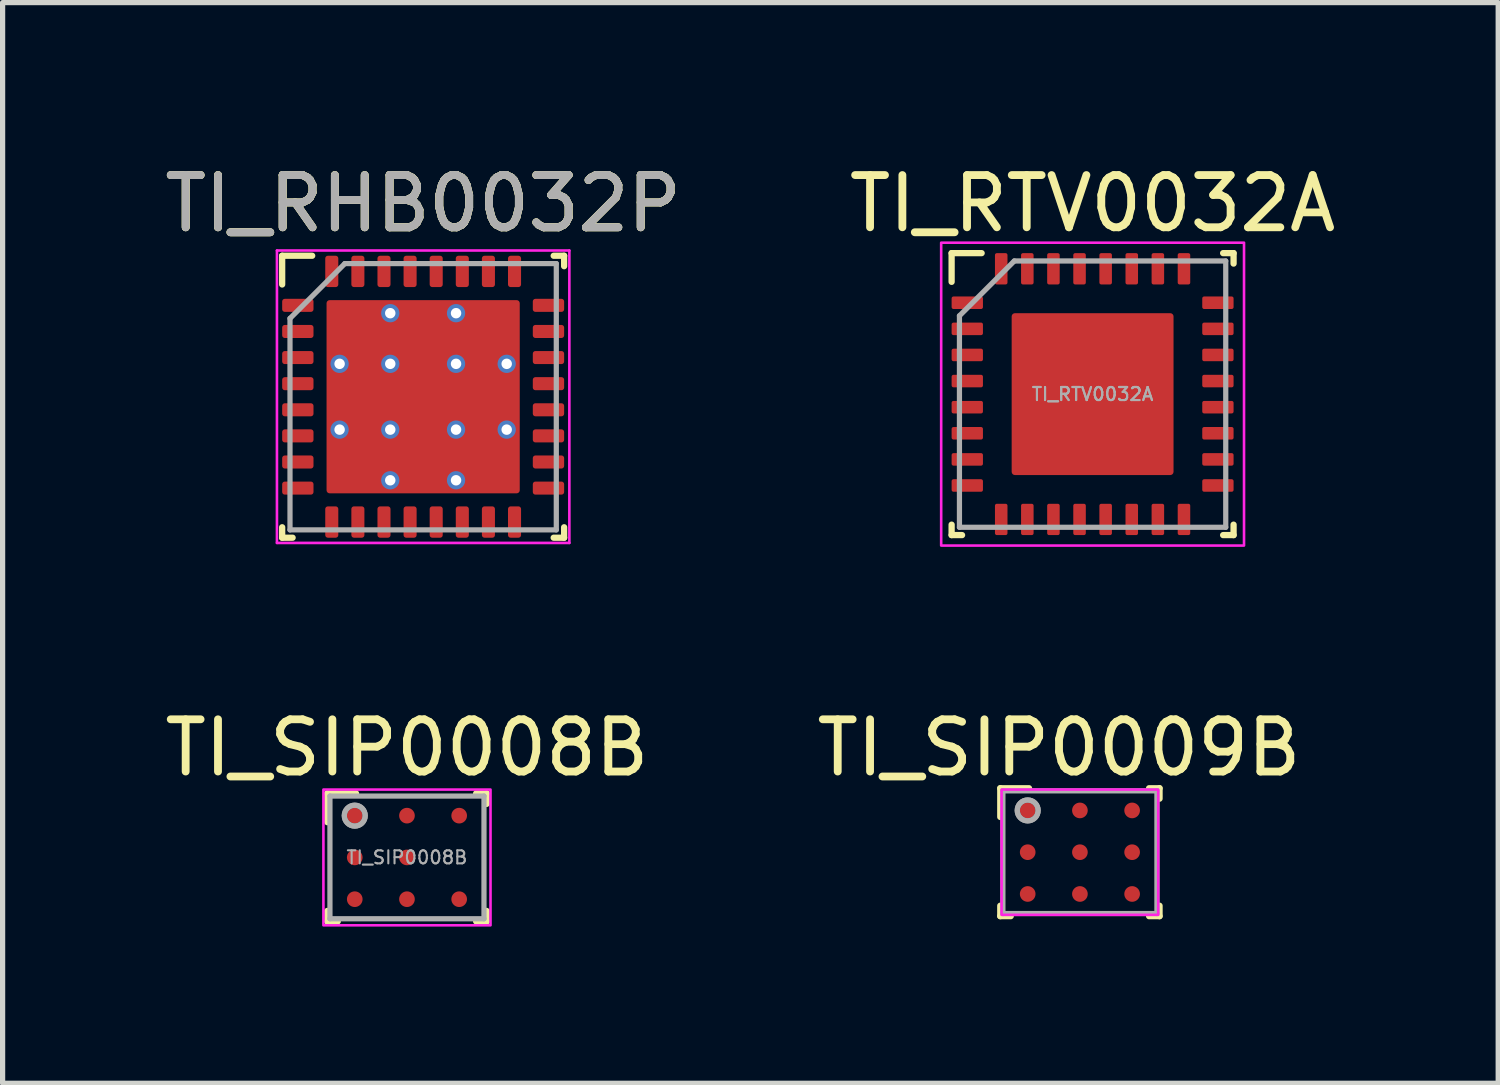
<source format=kicad_pcb>
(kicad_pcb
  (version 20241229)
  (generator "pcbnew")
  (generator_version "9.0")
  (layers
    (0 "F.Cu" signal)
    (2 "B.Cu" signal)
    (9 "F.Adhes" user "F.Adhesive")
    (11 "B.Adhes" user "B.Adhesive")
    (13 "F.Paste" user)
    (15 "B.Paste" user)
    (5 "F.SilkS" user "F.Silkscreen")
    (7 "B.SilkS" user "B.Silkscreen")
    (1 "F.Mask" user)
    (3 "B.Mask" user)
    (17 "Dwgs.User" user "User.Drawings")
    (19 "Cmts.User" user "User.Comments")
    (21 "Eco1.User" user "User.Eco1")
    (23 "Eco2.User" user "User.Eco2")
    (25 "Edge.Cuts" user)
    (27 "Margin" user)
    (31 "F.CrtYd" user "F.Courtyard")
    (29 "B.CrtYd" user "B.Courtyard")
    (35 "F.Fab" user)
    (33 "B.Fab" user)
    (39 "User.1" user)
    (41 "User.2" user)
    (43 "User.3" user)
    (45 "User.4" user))
  (footprint "TI_SIP0008B"
    (layer "F.Cu")
    (at 4.744 13.371)
    (property "Reference" "TI_SIP0008B" (at 0 -2.1 0) (layer "F.SilkS") (effects (font (size 1 1) (thickness 0.15))))
    (attr smd)
    (fp_line (start -1.525 -1.225) (end -0.975 -1.225) (stroke (width 0.12) (type solid)) (layer "F.SilkS"))
    (fp_line (start -1.525 -0.675) (end -1.525 -1.225) (stroke (width 0.12) (type solid)) (layer "F.SilkS"))
    (fp_line (start -1.525 1.225) (end -1.525 1.025) (stroke (width 0.12) (type solid)) (layer "F.SilkS"))
    (fp_line (start -1.525 1.225) (end -1.325 1.225) (stroke (width 0.12) (type solid)) (layer "F.SilkS"))
    (fp_line (start 1.325 -1.225) (end 1.525 -1.225) (stroke (width 0.12) (type solid)) (layer "F.SilkS"))
    (fp_line (start 1.325 1.225) (end 1.525 1.225) (stroke (width 0.12) (type solid)) (layer "F.SilkS"))
    (fp_line (start 1.525 -1.025) (end 1.525 -1.225) (stroke (width 0.12) (type solid)) (layer "F.SilkS"))
    (fp_line (start 1.525 1.225) (end 1.525 1.025) (stroke (width 0.12) (type solid)) (layer "F.SilkS"))
    (fp_rect (start -1.6 -1.3) (end 1.6 1.3) (stroke (width 0.05) (type solid)) (fill no) (layer "F.CrtYd"))
    (fp_line (start -1.475 -1.175) (end 1.475 -1.175) (stroke (width 0.1) (type solid)) (layer "F.Fab"))
    (fp_line (start -1.475 1.175) (end -1.475 -1.175) (stroke (width 0.1) (type solid)) (layer "F.Fab"))
    (fp_line (start -1.475 1.175) (end 1.475 1.175) (stroke (width 0.1) (type solid)) (layer "F.Fab"))
    (fp_line (start 1.475 1.175) (end 1.475 -1.175) (stroke (width 0.1) (type solid)) (layer "F.Fab"))
    (fp_circle (center -1 -0.8) (end -0.8 -0.8) (stroke (width 0.1) (type solid)) (fill no) (layer "F.Fab"))
    (fp_circle (center -1 -0.8) (end -0.8 -0.8) (stroke (width 0.1) (type solid)) (fill no) (layer "F.Fab"))
    (fp_text user "${REFERENCE}" (at 0 0 0) (unlocked yes) (layer "F.Fab") (effects (font (size 0.25 0.25) (thickness 0.04))))
    (pad "A1" smd circle (at -1 -0.8) (size 0.3 0.3) (layers "F.Cu" "F.Mask" "F.Paste"))
    (pad "A2" smd circle (at 0 -0.8) (size 0.3 0.3) (layers "F.Cu" "F.Mask" "F.Paste"))
    (pad "A3" smd circle (at 1 -0.8) (size 0.3 0.3) (layers "F.Cu" "F.Mask" "F.Paste"))
    (pad "B1" smd circle (at -1 0) (size 0.3 0.3) (layers "F.Cu" "F.Mask" "F.Paste"))
    (pad "B2" smd circle (at 0 0) (size 0.3 0.3) (layers "F.Cu" "F.Mask" "F.Paste"))
    (pad "C1" smd circle (at -1 0.8) (size 0.3 0.3) (layers "F.Cu" "F.Mask" "F.Paste"))
    (pad "C2" smd circle (at 0 0.8) (size 0.3 0.3) (layers "F.Cu" "F.Mask" "F.Paste"))
    (pad "C3" smd circle (at 1 0.8) (size 0.3 0.3) (layers "F.Cu" "F.Mask" "F.Paste")))
  (footprint "TI_RTV0032A"
    (layer "F.Cu")
    (at 17.875 4.498)
    (property "Reference" "TI_RTV0032A" (at 0 -3.65 0) (layer "F.SilkS") (effects (font (size 1 1) (thickness 0.15))))
    (attr smd)
    (fp_line (start -2.7 -2.7) (end -2.125 -2.7) (stroke (width 0.12) (type solid)) (layer "F.SilkS"))
    (fp_line (start -2.7 -2.15) (end -2.7 -2.7) (stroke (width 0.12) (type solid)) (layer "F.SilkS"))
    (fp_line (start -2.7 2.7) (end -2.7 2.5) (stroke (width 0.12) (type solid)) (layer "F.SilkS"))
    (fp_line (start -2.7 2.7) (end -2.5 2.7) (stroke (width 0.12) (type solid)) (layer "F.SilkS"))
    (fp_line (start 2.5 -2.7) (end 2.7 -2.7) (stroke (width 0.12) (type solid)) (layer "F.SilkS"))
    (fp_line (start 2.5 2.7) (end 2.7 2.7) (stroke (width 0.12) (type solid)) (layer "F.SilkS"))
    (fp_line (start 2.7 -2.5) (end 2.7 -2.7) (stroke (width 0.12) (type solid)) (layer "F.SilkS"))
    (fp_line (start 2.7 2.7) (end 2.7 2.5) (stroke (width 0.12) (type solid)) (layer "F.SilkS"))
    (fp_poly (pts (xy -0.1 -1.4) (xy -1.4 -1.4) (xy -1.4 -0.1) (xy -0.1 -0.1)) (stroke (width 0.1) (type solid)) (fill yes) (layer "F.Paste"))
    (fp_poly (pts (xy -0.1 0.1) (xy -1.4 0.1) (xy -1.4 1.4) (xy -0.1 1.4)) (stroke (width 0.1) (type solid)) (fill yes) (layer "F.Paste"))
    (fp_poly (pts (xy 0.1 -0.1) (xy 1.4 -0.1) (xy 1.4 -1.4) (xy 0.1 -1.4)) (stroke (width 0.1) (type solid)) (fill yes) (layer "F.Paste"))
    (fp_poly (pts (xy 0.1 1.4) (xy 1.4 1.4) (xy 1.4 0.1) (xy 0.1 0.1)) (stroke (width 0.1) (type solid)) (fill yes) (layer "F.Paste"))
    (fp_rect (start -2.9 -2.9) (end 2.9 2.9) (stroke (width 0.05) (type solid)) (fill no) (layer "F.CrtYd"))
    (fp_line (start -2.55 -1.5) (end -1.5 -2.55) (stroke (width 0.1) (type solid)) (layer "F.Fab"))
    (fp_line (start -2.55 2.55) (end -2.55 -1.5) (stroke (width 0.1) (type solid)) (layer "F.Fab"))
    (fp_line (start -2.55 2.55) (end 2.55 2.55) (stroke (width 0.1) (type solid)) (layer "F.Fab"))
    (fp_line (start -1.5 -2.55) (end 2.55 -2.55) (stroke (width 0.1) (type solid)) (layer "F.Fab"))
    (fp_line (start 2.55 2.55) (end 2.55 -2.55) (stroke (width 0.1) (type solid)) (layer "F.Fab"))
    (fp_text user "${REFERENCE}" (at 0 0 0) (unlocked yes) (layer "F.Fab") (effects (font (size 0.25 0.25) (thickness 0.04))))
    (fp_text user "${REFERENCE}" (at 0 0 0) (unlocked yes) (layer "F.Fab") (effects (font (size 0.25 0.25) (thickness 0.04))))
    (pad "1" smd roundrect (at -2.4 -1.75 90) (size 0.24 0.6) (layers "F.Cu" "F.Mask" "F.Paste") (roundrect_rratio 0.15))
    (pad "2" smd roundrect (at -2.4 -1.25 90) (size 0.24 0.6) (layers "F.Cu" "F.Mask" "F.Paste") (roundrect_rratio 0.15))
    (pad "3" smd roundrect (at -2.4 -0.75 90) (size 0.24 0.6) (layers "F.Cu" "F.Mask" "F.Paste") (roundrect_rratio 0.15))
    (pad "4" smd roundrect (at -2.4 -0.25 90) (size 0.24 0.6) (layers "F.Cu" "F.Mask" "F.Paste") (roundrect_rratio 0.15))
    (pad "5" smd roundrect (at -2.4 0.25 90) (size 0.24 0.6) (layers "F.Cu" "F.Mask" "F.Paste") (roundrect_rratio 0.15))
    (pad "6" smd roundrect (at -2.4 0.75 90) (size 0.24 0.6) (layers "F.Cu" "F.Mask" "F.Paste") (roundrect_rratio 0.15))
    (pad "7" smd roundrect (at -2.4 1.25 90) (size 0.24 0.6) (layers "F.Cu" "F.Mask" "F.Paste") (roundrect_rratio 0.15))
    (pad "8" smd roundrect (at -2.4 1.75 90) (size 0.24 0.6) (layers "F.Cu" "F.Mask" "F.Paste") (roundrect_rratio 0.15))
    (pad "9" smd roundrect (at -1.75 2.4 180) (size 0.24 0.6) (layers "F.Cu" "F.Mask" "F.Paste") (roundrect_rratio 0.15))
    (pad "10" smd roundrect (at -1.25 2.4 180) (size 0.24 0.6) (layers "F.Cu" "F.Mask" "F.Paste") (roundrect_rratio 0.15))
    (pad "11" smd roundrect (at -0.75 2.4 180) (size 0.24 0.6) (layers "F.Cu" "F.Mask" "F.Paste") (roundrect_rratio 0.15))
    (pad "12" smd roundrect (at -0.25 2.4 180) (size 0.24 0.6) (layers "F.Cu" "F.Mask" "F.Paste") (roundrect_rratio 0.15))
    (pad "13" smd roundrect (at 0.25 2.4 180) (size 0.24 0.6) (layers "F.Cu" "F.Mask" "F.Paste") (roundrect_rratio 0.15))
    (pad "14" smd roundrect (at 0.75 2.4 180) (size 0.24 0.6) (layers "F.Cu" "F.Mask" "F.Paste") (roundrect_rratio 0.15))
    (pad "15" smd roundrect (at 1.25 2.4) (size 0.24 0.6) (layers "F.Cu" "F.Mask" "F.Paste") (roundrect_rratio 0.15))
    (pad "16" smd roundrect (at 1.75 2.4 180) (size 0.24 0.6) (layers "F.Cu" "F.Mask" "F.Paste") (roundrect_rratio 0.15))
    (pad "17" smd roundrect (at 2.4 1.75 90) (size 0.24 0.6) (layers "F.Cu" "F.Mask" "F.Paste") (roundrect_rratio 0.15))
    (pad "18" smd roundrect (at 2.4 1.25 90) (size 0.24 0.6) (layers "F.Cu" "F.Mask" "F.Paste") (roundrect_rratio 0.15))
    (pad "19" smd roundrect (at 2.4 0.75 90) (size 0.24 0.6) (layers "F.Cu" "F.Mask" "F.Paste") (roundrect_rratio 0.15))
    (pad "20" smd roundrect (at 2.4 0.25 90) (size 0.24 0.6) (layers "F.Cu" "F.Mask" "F.Paste") (roundrect_rratio 0.15))
    (pad "21" smd roundrect (at 2.4 -0.25 90) (size 0.24 0.6) (layers "F.Cu" "F.Mask" "F.Paste") (roundrect_rratio 0.15))
    (pad "22" smd roundrect (at 2.4 -0.75 90) (size 0.24 0.6) (layers "F.Cu" "F.Mask" "F.Paste") (roundrect_rratio 0.15))
    (pad "23" smd roundrect (at 2.4 -1.25 90) (size 0.24 0.6) (layers "F.Cu" "F.Mask" "F.Paste") (roundrect_rratio 0.15))
    (pad "24" smd roundrect (at 2.4 -1.75 90) (size 0.24 0.6) (layers "F.Cu" "F.Mask" "F.Paste") (roundrect_rratio 0.15))
    (pad "25" smd roundrect (at 1.75 -2.4 180) (size 0.24 0.6) (layers "F.Cu" "F.Mask" "F.Paste") (roundrect_rratio 0.15))
    (pad "26" smd roundrect (at 1.25 -2.4 180) (size 0.24 0.6) (layers "F.Cu" "F.Mask" "F.Paste") (roundrect_rratio 0.15))
    (pad "27" smd roundrect (at 0.75 -2.4 180) (size 0.24 0.6) (layers "F.Cu" "F.Mask" "F.Paste") (roundrect_rratio 0.15))
    (pad "28" smd roundrect (at 0.25 -2.4 180) (size 0.24 0.6) (layers "F.Cu" "F.Mask" "F.Paste") (roundrect_rratio 0.15))
    (pad "29" smd roundrect (at -0.25 -2.4 180) (size 0.24 0.6) (layers "F.Cu" "F.Mask" "F.Paste") (roundrect_rratio 0.15))
    (pad "30" smd roundrect (at -0.75 -2.4 180) (size 0.24 0.6) (layers "F.Cu" "F.Mask" "F.Paste") (roundrect_rratio 0.15))
    (pad "31" smd roundrect (at -1.25 -2.4 180) (size 0.24 0.6) (layers "F.Cu" "F.Mask" "F.Paste") (roundrect_rratio 0.15))
    (pad "32" smd roundrect (at -1.75 -2.4 180) (size 0.24 0.6) (layers "F.Cu" "F.Mask" "F.Paste") (roundrect_rratio 0.15))
    (pad "33" smd roundrect (at 0 0) (size 3.1 3.1) (layers "F.Cu" "F.Mask") (roundrect_rratio 0.02)))
  (footprint "TI_RHB0032P"
    (layer "F.Cu")
    (at 5.054 4.548)
    (property "Reference" "TI_RHB0032P" (at 0 -3.7 0) (unlocked yes) (layer "F.SilkS") (effects (font (size 1 1) (thickness 0.15))))
    (attr smd)
    (fp_line (start -2.7 -2.7) (end -2.125 -2.7) (stroke (width 0.12) (type solid)) (layer "F.SilkS"))
    (fp_line (start -2.7 -2.15) (end -2.7 -2.7) (stroke (width 0.12) (type solid)) (layer "F.SilkS"))
    (fp_line (start -2.7 2.7) (end -2.7 2.5) (stroke (width 0.12) (type solid)) (layer "F.SilkS"))
    (fp_line (start -2.7 2.7) (end -2.5 2.7) (stroke (width 0.12) (type solid)) (layer "F.SilkS"))
    (fp_line (start 2.5 -2.7) (end 2.7 -2.7) (stroke (width 0.12) (type solid)) (layer "F.SilkS"))
    (fp_line (start 2.5 2.7) (end 2.7 2.7) (stroke (width 0.12) (type solid)) (layer "F.SilkS"))
    (fp_line (start 2.7 -2.5) (end 2.7 -2.7) (stroke (width 0.12) (type solid)) (layer "F.SilkS"))
    (fp_line (start 2.7 2.7) (end 2.7 2.5) (stroke (width 0.12) (type solid)) (layer "F.SilkS"))
    (fp_rect (start -1.79 -1.79) (end -0.73 -0.73) (stroke (width 0) (type solid)) (fill yes) (layer "F.Paste"))
    (fp_rect (start -1.79 -0.53) (end -0.73 0.53) (stroke (width 0) (type solid)) (fill yes) (layer "F.Paste"))
    (fp_rect (start -1.79 0.73) (end -0.73 1.79) (stroke (width 0) (type solid)) (fill yes) (layer "F.Paste"))
    (fp_rect (start -0.53 -1.79) (end 0.53 -0.73) (stroke (width 0) (type solid)) (fill yes) (layer "F.Paste"))
    (fp_rect (start -0.53 -0.53) (end 0.53 0.53) (stroke (width 0) (type solid)) (fill yes) (layer "F.Paste"))
    (fp_rect (start -0.53 0.73) (end 0.53 1.79) (stroke (width 0) (type solid)) (fill yes) (layer "F.Paste"))
    (fp_rect (start 0.73 -1.79) (end 1.79 -0.73) (stroke (width 0) (type solid)) (fill yes) (layer "F.Paste"))
    (fp_rect (start 0.73 -0.53) (end 1.79 0.53) (stroke (width 0) (type solid)) (fill yes) (layer "F.Paste"))
    (fp_rect (start 0.73 0.73) (end 1.79 1.79) (stroke (width 0) (type solid)) (fill yes) (layer "F.Paste"))
    (fp_line (start -2.8 -2.8) (end 2.8 -2.8) (stroke (width 0.05) (type solid)) (layer "F.CrtYd"))
    (fp_line (start -2.8 2.8) (end -2.8 -2.8) (stroke (width 0.05) (type solid)) (layer "F.CrtYd"))
    (fp_line (start 2.8 -2.8) (end 2.8 2.8) (stroke (width 0.05) (type solid)) (layer "F.CrtYd"))
    (fp_line (start 2.8 2.8) (end -2.8 2.8) (stroke (width 0.05) (type solid)) (layer "F.CrtYd"))
    (fp_line (start -2.55 -1.5) (end -1.5 -2.55) (stroke (width 0.1) (type solid)) (layer "F.Fab"))
    (fp_line (start -2.55 2.55) (end -2.55 -1.5) (stroke (width 0.1) (type solid)) (layer "F.Fab"))
    (fp_line (start -2.55 2.55) (end 2.55 2.55) (stroke (width 0.1) (type solid)) (layer "F.Fab"))
    (fp_line (start -1.5 -2.55) (end 2.55 -2.55) (stroke (width 0.1) (type solid)) (layer "F.Fab"))
    (fp_line (start 2.55 2.55) (end 2.55 -2.55) (stroke (width 0.1) (type solid)) (layer "F.Fab"))
    (fp_text user "${REFERENCE}" (at 0 -3.7 0) (unlocked yes) (layer "F.SilkS") (effects (font (size 1 1) (thickness 0.15))))
    (fp_text user "${REFERENCE}" (at 0 -3.7 0) (unlocked yes) (layer "F.Fab") (effects (font (size 1 1) (thickness 0.15))))
    (pad "1" smd roundrect (at -2.4 -1.75 90) (size 0.25 0.6) (layers "F.Cu" "F.Mask" "F.Paste") (roundrect_rratio 0.2))
    (pad "2" smd roundrect (at -2.4 -1.25 90) (size 0.25 0.6) (layers "F.Cu" "F.Mask" "F.Paste") (roundrect_rratio 0.2))
    (pad "3" smd roundrect (at -2.4 -0.75 90) (size 0.25 0.6) (layers "F.Cu" "F.Mask" "F.Paste") (roundrect_rratio 0.2))
    (pad "4" smd roundrect (at -2.4 -0.25 90) (size 0.25 0.6) (layers "F.Cu" "F.Mask" "F.Paste") (roundrect_rratio 0.2))
    (pad "5" smd roundrect (at -2.4 0.25 90) (size 0.25 0.6) (layers "F.Cu" "F.Mask" "F.Paste") (roundrect_rratio 0.2))
    (pad "6" smd roundrect (at -2.4 0.75 90) (size 0.25 0.6) (layers "F.Cu" "F.Mask" "F.Paste") (roundrect_rratio 0.2))
    (pad "7" smd roundrect (at -2.4 1.25 90) (size 0.25 0.6) (layers "F.Cu" "F.Mask" "F.Paste") (roundrect_rratio 0.2))
    (pad "8" smd roundrect (at -2.4 1.75 90) (size 0.25 0.6) (layers "F.Cu" "F.Mask" "F.Paste") (roundrect_rratio 0.2))
    (pad "9" smd roundrect (at -1.75 2.4) (size 0.25 0.6) (layers "F.Cu" "F.Mask" "F.Paste") (roundrect_rratio 0.2))
    (pad "10" smd roundrect (at -1.25 2.4) (size 0.25 0.6) (layers "F.Cu" "F.Mask" "F.Paste") (roundrect_rratio 0.2))
    (pad "11" smd roundrect (at -0.75 2.4) (size 0.25 0.6) (layers "F.Cu" "F.Mask" "F.Paste") (roundrect_rratio 0.2))
    (pad "12" smd roundrect (at -0.25 2.4) (size 0.25 0.6) (layers "F.Cu" "F.Mask" "F.Paste") (roundrect_rratio 0.2))
    (pad "13" smd roundrect (at 0.25 2.4) (size 0.25 0.6) (layers "F.Cu" "F.Mask" "F.Paste") (roundrect_rratio 0.2))
    (pad "14" smd roundrect (at 0.75 2.4) (size 0.25 0.6) (layers "F.Cu" "F.Mask" "F.Paste") (roundrect_rratio 0.2))
    (pad "15" smd roundrect (at 1.25 2.4) (size 0.25 0.6) (layers "F.Cu" "F.Mask" "F.Paste") (roundrect_rratio 0.2))
    (pad "16" smd roundrect (at 1.75 2.4) (size 0.25 0.6) (layers "F.Cu" "F.Mask" "F.Paste") (roundrect_rratio 0.2))
    (pad "17" smd roundrect (at 2.4 1.75 90) (size 0.25 0.6) (layers "F.Cu" "F.Mask" "F.Paste") (roundrect_rratio 0.2))
    (pad "18" smd roundrect (at 2.4 1.25 90) (size 0.25 0.6) (layers "F.Cu" "F.Mask" "F.Paste") (roundrect_rratio 0.2))
    (pad "19" smd roundrect (at 2.4 0.75 90) (size 0.25 0.6) (layers "F.Cu" "F.Mask" "F.Paste") (roundrect_rratio 0.2))
    (pad "20" smd roundrect (at 2.4 0.25 90) (size 0.25 0.6) (layers "F.Cu" "F.Mask" "F.Paste") (roundrect_rratio 0.2))
    (pad "21" smd roundrect (at 2.4 -0.25 90) (size 0.25 0.6) (layers "F.Cu" "F.Mask" "F.Paste") (roundrect_rratio 0.2))
    (pad "22" smd roundrect (at 2.4 -0.75 90) (size 0.25 0.6) (layers "F.Cu" "F.Mask" "F.Paste") (roundrect_rratio 0.2))
    (pad "23" smd roundrect (at 2.4 -1.25 90) (size 0.25 0.6) (layers "F.Cu" "F.Mask" "F.Paste") (roundrect_rratio 0.2))
    (pad "24" smd roundrect (at 2.4 -1.75 90) (size 0.25 0.6) (layers "F.Cu" "F.Mask" "F.Paste") (roundrect_rratio 0.2))
    (pad "25" smd roundrect (at 1.75 -2.4) (size 0.25 0.6) (layers "F.Cu" "F.Mask" "F.Paste") (roundrect_rratio 0.2))
    (pad "26" smd roundrect (at 1.25 -2.4) (size 0.25 0.6) (layers "F.Cu" "F.Mask" "F.Paste") (roundrect_rratio 0.2))
    (pad "27" smd roundrect (at 0.75 -2.4) (size 0.25 0.6) (layers "F.Cu" "F.Mask" "F.Paste") (roundrect_rratio 0.2))
    (pad "28" smd roundrect (at 0.25 -2.4) (size 0.25 0.6) (layers "F.Cu" "F.Mask" "F.Paste") (roundrect_rratio 0.2))
    (pad "29" smd roundrect (at -0.25 -2.4) (size 0.25 0.6) (layers "F.Cu" "F.Mask" "F.Paste") (roundrect_rratio 0.2))
    (pad "30" smd roundrect (at -0.75 -2.4) (size 0.25 0.6) (layers "F.Cu" "F.Mask" "F.Paste") (roundrect_rratio 0.2))
    (pad "31" smd roundrect (at -1.25 -2.4) (size 0.25 0.6) (layers "F.Cu" "F.Mask" "F.Paste") (roundrect_rratio 0.2))
    (pad "32" smd roundrect (at -1.75 -2.4) (size 0.25 0.6) (layers "F.Cu" "F.Mask" "F.Paste") (roundrect_rratio 0.2))
    (pad "33" smd roundrect (at 0 0) (size 3.7 3.7) (layers "F.Cu" "F.Mask") (roundrect_rratio 0.016))
    (pad "V" thru_hole circle (at -1.6 -0.63) (size 0.35 0.35) (drill 0.2) (layers "*.Cu" "*.Mask"))
    (pad "V" thru_hole circle (at -1.6 0.63 90) (size 0.35 0.35) (drill 0.2) (layers "*.Cu" "*.Mask"))
    (pad "V" thru_hole circle (at -0.63 -1.6) (size 0.35 0.35) (drill 0.2) (layers "*.Cu" "*.Mask"))
    (pad "V" thru_hole circle (at -0.63 -0.63) (size 0.35 0.35) (drill 0.2) (layers "*.Cu" "*.Mask"))
    (pad "V" thru_hole circle (at -0.63 0.63 90) (size 0.35 0.35) (drill 0.2) (layers "*.Cu" "*.Mask"))
    (pad "V" thru_hole circle (at -0.63 1.6 90) (size 0.35 0.35) (drill 0.2) (layers "*.Cu" "*.Mask"))
    (pad "V" thru_hole circle (at 0.63 -1.6 270) (size 0.35 0.35) (drill 0.2) (layers "*.Cu" "*.Mask"))
    (pad "V" thru_hole circle (at 0.63 -0.63 270) (size 0.35 0.35) (drill 0.2) (layers "*.Cu" "*.Mask"))
    (pad "V" thru_hole circle (at 0.63 0.63 180) (size 0.35 0.35) (drill 0.2) (layers "*.Cu" "*.Mask"))
    (pad "V" thru_hole circle (at 0.63 1.6 180) (size 0.35 0.35) (drill 0.2) (layers "*.Cu" "*.Mask"))
    (pad "V" thru_hole circle (at 1.6 -0.63 270) (size 0.35 0.35) (drill 0.2) (layers "*.Cu" "*.Mask"))
    (pad "V" thru_hole circle (at 1.6 0.63 180) (size 0.35 0.35) (drill 0.2) (layers "*.Cu" "*.Mask")))
  (footprint "TI_SIP0009B"
    (layer "F.Cu")
    (at 17.632 13.271)
    (property "Reference" "TI_SIP0009B" (at -0.4 -2 0) (layer "F.SilkS") (effects (font (size 1 1) (thickness 0.15))))
    (attr through_hole)
    (fp_line (start -1.525 -1.225) (end -0.975 -1.225) (stroke (width 0.12) (type solid)) (layer "F.SilkS"))
    (fp_line (start -1.525 -0.675) (end -1.525 -1.225) (stroke (width 0.12) (type solid)) (layer "F.SilkS"))
    (fp_line (start -1.525 1.225) (end -1.525 1.025) (stroke (width 0.12) (type solid)) (layer "F.SilkS"))
    (fp_line (start -1.525 1.225) (end -1.325 1.225) (stroke (width 0.12) (type solid)) (layer "F.SilkS"))
    (fp_line (start 1.325 -1.225) (end 1.525 -1.225) (stroke (width 0.12) (type solid)) (layer "F.SilkS"))
    (fp_line (start 1.325 1.225) (end 1.525 1.225) (stroke (width 0.12) (type solid)) (layer "F.SilkS"))
    (fp_line (start 1.525 -1.025) (end 1.525 -1.225) (stroke (width 0.12) (type solid)) (layer "F.SilkS"))
    (fp_line (start 1.525 1.225) (end 1.525 1.025) (stroke (width 0.12) (type solid)) (layer "F.SilkS"))
    (fp_rect (start -1.5 -1.2) (end 1.5 1.2) (stroke (width 0.05) (type solid)) (fill no) (layer "F.CrtYd"))
    (fp_line (start -1.475 -1.175) (end 1.475 -1.175) (stroke (width 0.1) (type solid)) (layer "F.Fab"))
    (fp_line (start -1.475 1.175) (end -1.475 -1.175) (stroke (width 0.1) (type solid)) (layer "F.Fab"))
    (fp_line (start -1.475 1.175) (end 1.475 1.175) (stroke (width 0.1) (type solid)) (layer "F.Fab"))
    (fp_line (start 1.475 1.175) (end 1.475 -1.175) (stroke (width 0.1) (type solid)) (layer "F.Fab"))
    (fp_circle (center -1 -0.8) (end -0.8 -0.8) (stroke (width 0.1) (type solid)) (fill no) (layer "F.Fab"))
    (fp_circle (center -1 -0.8) (end -0.8 -0.8) (stroke (width 0.1) (type solid)) (fill no) (layer "F.Fab"))
    (pad "A1" smd circle (at -1 -0.8) (size 0.3 0.3) (layers "F.Cu" "F.Mask" "F.Paste"))
    (pad "A2" smd circle (at 0 -0.8) (size 0.3 0.3) (layers "F.Cu" "F.Mask" "F.Paste"))
    (pad "A3" smd circle (at 1 -0.8) (size 0.3 0.3) (layers "F.Cu" "F.Mask" "F.Paste"))
    (pad "B1" smd circle (at -1 -0.000003) (size 0.3 0.3) (layers "F.Cu" "F.Mask" "F.Paste"))
    (pad "B2" smd circle (at 0 0) (size 0.3 0.3) (layers "F.Cu" "F.Mask" "F.Paste"))
    (pad "B3" smd circle (at 1 -0.000003) (size 0.3 0.3) (layers "F.Cu" "F.Mask" "F.Paste"))
    (pad "C1" smd circle (at -1 0.8) (size 0.3 0.3) (layers "F.Cu" "F.Mask" "F.Paste"))
    (pad "C2" smd circle (at 0 0.8) (size 0.3 0.3) (layers "F.Cu" "F.Mask" "F.Paste"))
    (pad "C3" smd circle (at 1 0.8) (size 0.3 0.3) (layers "F.Cu" "F.Mask" "F.Paste")))
  (gr_rect
    (start -3 -3)
    (end 25.643 17.697)
    (stroke (width 0.1) (type default))
    (fill no)
    (layer "Edge.Cuts")))
</source>
